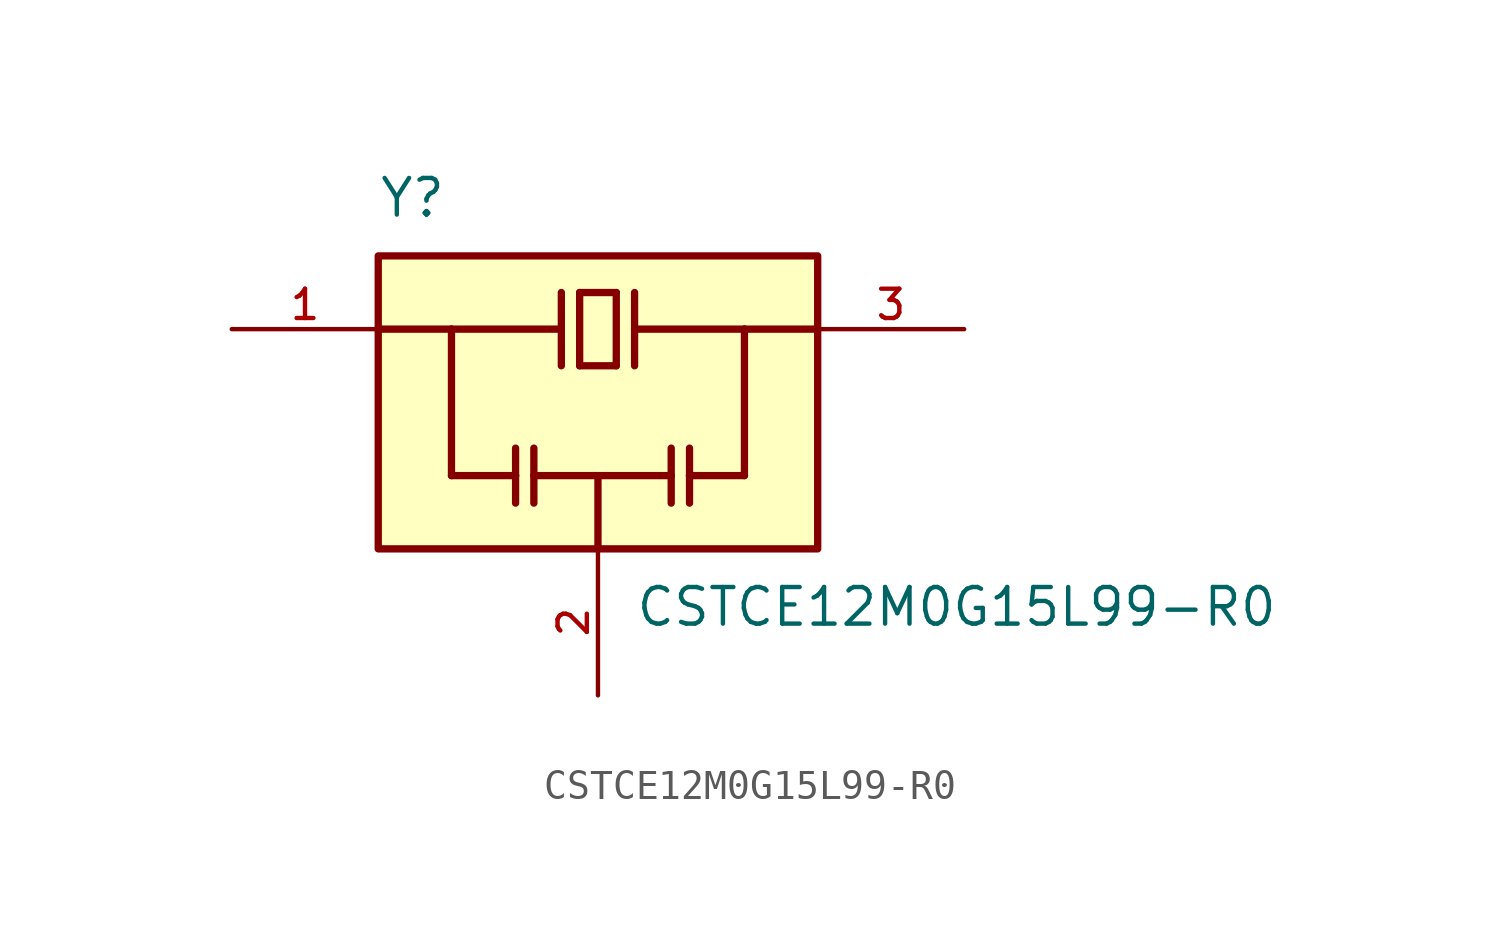
<source format=kicad_sym>
(kicad_symbol_lib
  (version 20211014)
  (generator kicad_symbol_editor)
  (symbol "CSTCE12M0G15L99-R0"
    (pin_names
      (offset 1.016))
    (property "Reference" "Y"
      (at -7.62 6.35 0)
      (effects (font (size 1.27 1.27)) (justify bottom left)))
    (property "Value" "CSTCE12M0G15L99-R0"
      (at 1.27 -6.35 0.0)
      (effects (font (size 1.27 1.27)) (justify top left)))
    (symbol "CSTCE12M0G15L99-R0_0_0"
      (polyline (pts (xy -1.27 3.81) (xy -1.27 2.54)) (stroke (width 0.254)))
      (polyline (pts (xy -1.27 2.54) (xy -1.27 1.27)) (stroke (width 0.254)))
      (polyline (pts (xy -0.635 1.27) (xy -0.635 3.81)) (stroke (width 0.254)))
      (polyline (pts (xy -0.635 3.81) (xy 0.635 3.81)) (stroke (width 0.254)))
      (polyline (pts (xy 0.635 3.81) (xy 0.635 1.27)) (stroke (width 0.254)))
      (polyline (pts (xy 0.635 1.27) (xy -0.635 1.27)) (stroke (width 0.254)))
      (polyline (pts (xy 1.27 3.81) (xy 1.27 2.54)) (stroke (width 0.254)))
      (polyline (pts (xy 1.27 2.54) (xy 1.27 1.27)) (stroke (width 0.254)))
      (polyline (pts (xy -2.857 -1.587) (xy -2.857 -2.54)) (stroke (width 0.254)))
      (polyline (pts (xy -2.857 -2.54) (xy -2.857 -3.493)) (stroke (width 0.254)))
      (polyline (pts (xy -2.223 -1.587) (xy -2.223 -2.54)) (stroke (width 0.254)))
      (polyline (pts (xy -2.223 -2.54) (xy -2.223 -3.493)) (stroke (width 0.254)))
      (polyline (pts (xy 2.54 -1.587) (xy 2.54 -2.54)) (stroke (width 0.254)))
      (polyline (pts (xy 2.54 -2.54) (xy 2.54 -3.493)) (stroke (width 0.254)))
      (polyline (pts (xy 3.175 -1.587) (xy 3.175 -2.54)) (stroke (width 0.254)))
      (polyline (pts (xy 3.175 -2.54) (xy 3.175 -3.493)) (stroke (width 0.254)))
      (polyline (pts (xy -7.62 2.54) (xy -5.08 2.54)) (stroke (width 0.254)))
      (polyline (pts (xy -5.08 2.54) (xy -1.27 2.54)) (stroke (width 0.254)))
      (polyline (pts (xy 1.27 2.54) (xy 5.08 2.54)) (stroke (width 0.254)))
      (polyline (pts (xy 5.08 2.54) (xy 7.62 2.54)) (stroke (width 0.254)))
      (polyline (pts (xy -2.857 -2.54) (xy -5.08 -2.54)) (stroke (width 0.254)))
      (polyline (pts (xy -5.08 -2.54) (xy -5.08 2.54)) (stroke (width 0.254)))
      (polyline (pts (xy 3.175 -2.54) (xy 5.08 -2.54)) (stroke (width 0.254)))
      (polyline (pts (xy 5.08 -2.54) (xy 5.08 2.54)) (stroke (width 0.254)))
      (polyline (pts (xy 0.0 -5.08) (xy 0.0 -2.54)) (stroke (width 0.254)))
      (polyline (pts (xy 0.0 -2.54) (xy -2.223 -2.54)) (stroke (width 0.254)))
      (polyline (pts (xy 0.0 -2.54) (xy 2.54 -2.54)) (stroke (width 0.254)))
      (rectangle (start -7.62 -5.08) (end 7.62 5.08) (stroke (width 0.254)) (fill (type background)))
      (pin input line (at -12.7 2.54 0) (length 5.08) (name "~" (effects (font (size 1.016 1.016)))) (number "1" (effects (font (size 1.016 1.016)))))
      (pin output line (at 12.7 2.54 180.0) (length 5.08) (name "~" (effects (font (size 1.016 1.016)))) (number "3" (effects (font (size 1.016 1.016)))))
      (pin power_in line (at 0.0 -10.16 90.0) (length 5.08) (name "~" (effects (font (size 1.016 1.016)))) (number "2" (effects (font (size 1.016 1.016))))))))
</source>
